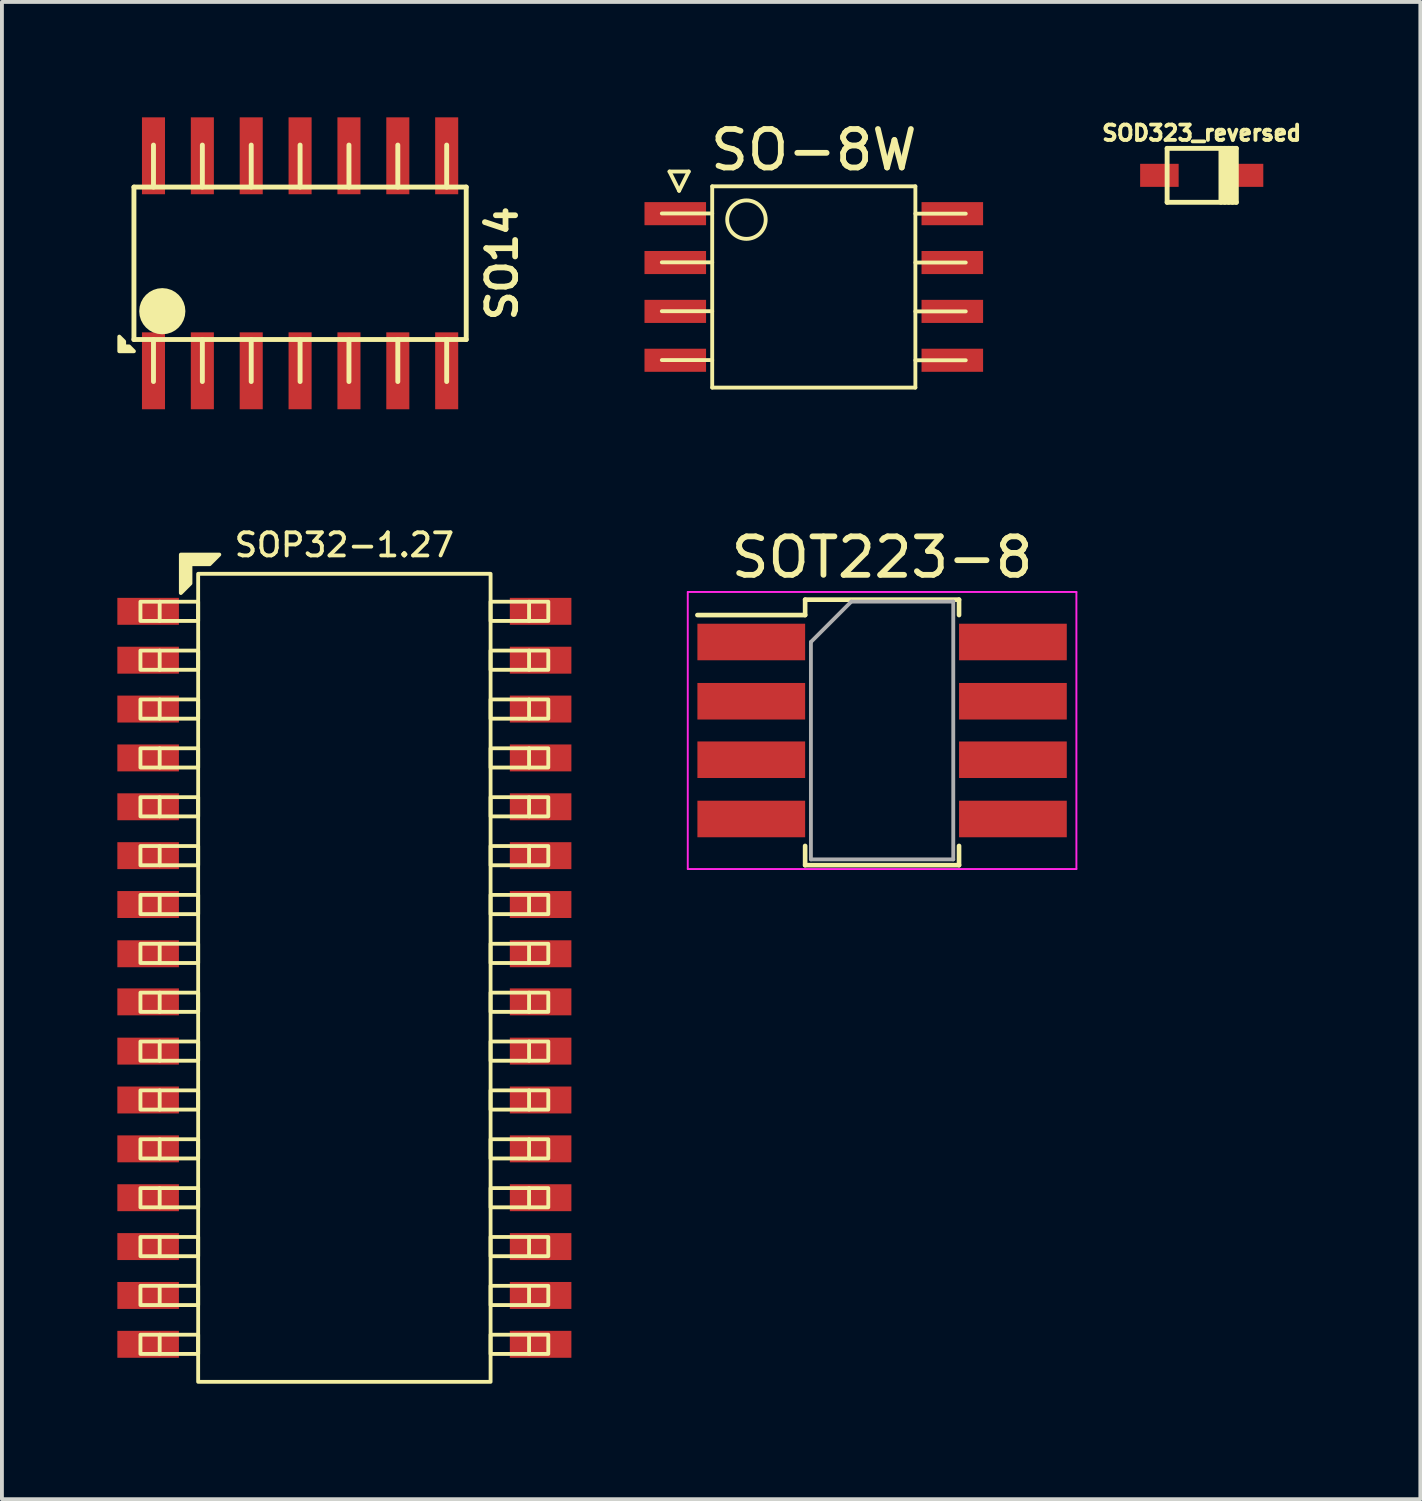
<source format=kicad_pcb>
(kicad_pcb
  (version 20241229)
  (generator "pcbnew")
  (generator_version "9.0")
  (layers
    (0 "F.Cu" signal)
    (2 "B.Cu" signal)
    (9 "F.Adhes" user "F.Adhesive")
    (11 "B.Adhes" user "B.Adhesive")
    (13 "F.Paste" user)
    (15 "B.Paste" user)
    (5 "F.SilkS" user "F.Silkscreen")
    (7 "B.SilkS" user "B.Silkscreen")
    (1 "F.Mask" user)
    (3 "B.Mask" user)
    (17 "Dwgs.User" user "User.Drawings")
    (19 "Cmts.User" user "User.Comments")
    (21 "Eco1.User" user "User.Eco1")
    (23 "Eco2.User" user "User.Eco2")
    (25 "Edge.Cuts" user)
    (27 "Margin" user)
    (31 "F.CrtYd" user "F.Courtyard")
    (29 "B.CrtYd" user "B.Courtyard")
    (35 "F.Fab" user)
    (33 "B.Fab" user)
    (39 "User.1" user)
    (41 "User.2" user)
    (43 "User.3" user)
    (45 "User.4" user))
  (footprint "SOP32-1.27"
    (layer "F.Cu")
    (at 5.9 22.363)
    (property "Reference" "SOP32-1.27" (at 0 -11.25 0) (layer "F.SilkS") (effects (font (size 0.6 0.6) (thickness 0.1) (bold yes))))
    (attr smd)
    (fp_line (start -4.8 -9.775) (end -4.8 -9.275) (stroke (width 0.1) (type default)) (layer "F.SilkS"))
    (fp_line (start -4.8 -8.505) (end -4.8 -8.005) (stroke (width 0.1) (type default)) (layer "F.SilkS"))
    (fp_line (start -4.8 -7.235) (end -4.8 -6.735) (stroke (width 0.1) (type default)) (layer "F.SilkS"))
    (fp_line (start -4.8 -5.965) (end -4.8 -5.465) (stroke (width 0.1) (type default)) (layer "F.SilkS"))
    (fp_line (start -4.8 -4.695) (end -4.8 -4.195) (stroke (width 0.1) (type default)) (layer "F.SilkS"))
    (fp_line (start -4.8 -3.425) (end -4.8 -2.925) (stroke (width 0.1) (type default)) (layer "F.SilkS"))
    (fp_line (start -4.8 -2.155) (end -4.8 -1.655) (stroke (width 0.1) (type default)) (layer "F.SilkS"))
    (fp_line (start -4.8 -0.885) (end -4.8 -0.385) (stroke (width 0.1) (type default)) (layer "F.SilkS"))
    (fp_line (start -4.8 0.385) (end -4.8 0.885) (stroke (width 0.1) (type default)) (layer "F.SilkS"))
    (fp_line (start -4.8 1.655) (end -4.8 2.155) (stroke (width 0.1) (type default)) (layer "F.SilkS"))
    (fp_line (start -4.8 2.925) (end -4.8 3.425) (stroke (width 0.1) (type default)) (layer "F.SilkS"))
    (fp_line (start -4.8 4.195) (end -4.8 4.695) (stroke (width 0.1) (type default)) (layer "F.SilkS"))
    (fp_line (start -4.8 5.465) (end -4.8 5.965) (stroke (width 0.1) (type default)) (layer "F.SilkS"))
    (fp_line (start -4.8 6.735) (end -4.8 7.235) (stroke (width 0.1) (type default)) (layer "F.SilkS"))
    (fp_line (start -4.8 8.005) (end -4.8 8.505) (stroke (width 0.1) (type default)) (layer "F.SilkS"))
    (fp_line (start -4.8 9.275) (end -4.8 9.775) (stroke (width 0.1) (type default)) (layer "F.SilkS"))
    (fp_line (start 4.8 -9.775) (end 4.8 -9.275) (stroke (width 0.1) (type default)) (layer "F.SilkS"))
    (fp_line (start 4.8 -8.505) (end 4.8 -8.005) (stroke (width 0.1) (type default)) (layer "F.SilkS"))
    (fp_line (start 4.8 -7.235) (end 4.8 -6.735) (stroke (width 0.1) (type default)) (layer "F.SilkS"))
    (fp_line (start 4.8 -5.965) (end 4.8 -5.465) (stroke (width 0.1) (type default)) (layer "F.SilkS"))
    (fp_line (start 4.8 -4.695) (end 4.8 -4.195) (stroke (width 0.1) (type default)) (layer "F.SilkS"))
    (fp_line (start 4.8 -3.425) (end 4.8 -2.925) (stroke (width 0.1) (type default)) (layer "F.SilkS"))
    (fp_line (start 4.8 -2.155) (end 4.8 -1.655) (stroke (width 0.1) (type default)) (layer "F.SilkS"))
    (fp_line (start 4.8 -0.885) (end 4.8 -0.385) (stroke (width 0.1) (type default)) (layer "F.SilkS"))
    (fp_line (start 4.8 0.385) (end 4.8 0.885) (stroke (width 0.1) (type default)) (layer "F.SilkS"))
    (fp_line (start 4.8 1.655) (end 4.8 2.155) (stroke (width 0.1) (type default)) (layer "F.SilkS"))
    (fp_line (start 4.8 2.925) (end 4.8 3.425) (stroke (width 0.1) (type default)) (layer "F.SilkS"))
    (fp_line (start 4.8 4.195) (end 4.8 4.695) (stroke (width 0.1) (type default)) (layer "F.SilkS"))
    (fp_line (start 4.8 5.465) (end 4.8 5.965) (stroke (width 0.1) (type default)) (layer "F.SilkS"))
    (fp_line (start 4.8 6.735) (end 4.8 7.235) (stroke (width 0.1) (type default)) (layer "F.SilkS"))
    (fp_line (start 4.8 8.005) (end 4.8 8.505) (stroke (width 0.1) (type default)) (layer "F.SilkS"))
    (fp_line (start 4.8 9.275) (end 4.8 9.775) (stroke (width 0.1) (type default)) (layer "F.SilkS"))
    (fp_rect (start -3.8 -10.5) (end 3.8 10.5) (stroke (width 0.1) (type default)) (fill no) (layer "F.SilkS"))
    (fp_rect (start -3.8 -9.275) (end -5.3 -9.775) (stroke (width 0.1) (type default)) (fill no) (layer "F.SilkS"))
    (fp_rect (start -3.8 -8.005) (end -5.3 -8.505) (stroke (width 0.1) (type default)) (fill no) (layer "F.SilkS"))
    (fp_rect (start -3.8 -6.735) (end -5.3 -7.235) (stroke (width 0.1) (type default)) (fill no) (layer "F.SilkS"))
    (fp_rect (start -3.8 -5.465) (end -5.3 -5.965) (stroke (width 0.1) (type default)) (fill no) (layer "F.SilkS"))
    (fp_rect (start -3.8 -4.195) (end -5.3 -4.695) (stroke (width 0.1) (type default)) (fill no) (layer "F.SilkS"))
    (fp_rect (start -3.8 -2.925) (end -5.3 -3.425) (stroke (width 0.1) (type default)) (fill no) (layer "F.SilkS"))
    (fp_rect (start -3.8 -1.655) (end -5.3 -2.155) (stroke (width 0.1) (type default)) (fill no) (layer "F.SilkS"))
    (fp_rect (start -3.8 -0.385) (end -5.3 -0.885) (stroke (width 0.1) (type default)) (fill no) (layer "F.SilkS"))
    (fp_rect (start -3.8 0.885) (end -5.3 0.385) (stroke (width 0.1) (type default)) (fill no) (layer "F.SilkS"))
    (fp_rect (start -3.8 2.155) (end -5.3 1.655) (stroke (width 0.1) (type default)) (fill no) (layer "F.SilkS"))
    (fp_rect (start -3.8 3.425) (end -5.3 2.925) (stroke (width 0.1) (type default)) (fill no) (layer "F.SilkS"))
    (fp_rect (start -3.8 4.695) (end -5.3 4.195) (stroke (width 0.1) (type default)) (fill no) (layer "F.SilkS"))
    (fp_rect (start -3.8 5.965) (end -5.3 5.465) (stroke (width 0.1) (type default)) (fill no) (layer "F.SilkS"))
    (fp_rect (start -3.8 7.235) (end -5.3 6.735) (stroke (width 0.1) (type default)) (fill no) (layer "F.SilkS"))
    (fp_rect (start -3.8 8.505) (end -5.3 8.005) (stroke (width 0.1) (type default)) (fill no) (layer "F.SilkS"))
    (fp_rect (start -3.8 9.775) (end -5.3 9.275) (stroke (width 0.1) (type default)) (fill no) (layer "F.SilkS"))
    (fp_rect (start 3.8 -9.775) (end 5.3 -9.275) (stroke (width 0.1) (type default)) (fill no) (layer "F.SilkS"))
    (fp_rect (start 3.8 -8.505) (end 5.3 -8.005) (stroke (width 0.1) (type default)) (fill no) (layer "F.SilkS"))
    (fp_rect (start 3.8 -7.235) (end 5.3 -6.735) (stroke (width 0.1) (type default)) (fill no) (layer "F.SilkS"))
    (fp_rect (start 3.8 -5.965) (end 5.3 -5.465) (stroke (width 0.1) (type default)) (fill no) (layer "F.SilkS"))
    (fp_rect (start 3.8 -4.695) (end 5.3 -4.195) (stroke (width 0.1) (type default)) (fill no) (layer "F.SilkS"))
    (fp_rect (start 3.8 -3.425) (end 5.3 -2.925) (stroke (width 0.1) (type default)) (fill no) (layer "F.SilkS"))
    (fp_rect (start 3.8 -2.155) (end 5.3 -1.655) (stroke (width 0.1) (type default)) (fill no) (layer "F.SilkS"))
    (fp_rect (start 3.8 -0.885) (end 5.3 -0.385) (stroke (width 0.1) (type default)) (fill no) (layer "F.SilkS"))
    (fp_rect (start 3.8 0.385) (end 5.3 0.885) (stroke (width 0.1) (type default)) (fill no) (layer "F.SilkS"))
    (fp_rect (start 3.8 1.655) (end 5.3 2.155) (stroke (width 0.1) (type default)) (fill no) (layer "F.SilkS"))
    (fp_rect (start 3.8 2.925) (end 5.3 3.425) (stroke (width 0.1) (type default)) (fill no) (layer "F.SilkS"))
    (fp_rect (start 3.8 4.195) (end 5.3 4.695) (stroke (width 0.1) (type default)) (fill no) (layer "F.SilkS"))
    (fp_rect (start 3.8 5.465) (end 5.3 5.965) (stroke (width 0.1) (type default)) (fill no) (layer "F.SilkS"))
    (fp_rect (start 3.8 6.735) (end 5.3 7.235) (stroke (width 0.1) (type default)) (fill no) (layer "F.SilkS"))
    (fp_rect (start 3.8 8.005) (end 5.3 8.505) (stroke (width 0.1) (type default)) (fill no) (layer "F.SilkS"))
    (fp_rect (start 3.8 9.275) (end 5.3 9.775) (stroke (width 0.1) (type default)) (fill no) (layer "F.SilkS"))
    (fp_poly (pts (xy -4 -10.75) (xy -3.5 -10.75) (xy -3.25 -11) (xy -4.25 -11) (xy -4.25 -10) (xy -4 -10.25)) (stroke (width 0.1) (type solid)) (fill yes) (layer "F.SilkS"))
    (pad "1" smd rect (at -5.1 -9.525) (size 1.6 0.7) (layers "F.Cu" "F.Mask" "F.Paste"))
    (pad "2" smd rect (at -5.1 -8.255) (size 1.6 0.7) (layers "F.Cu" "F.Mask" "F.Paste"))
    (pad "3" smd rect (at -5.1 -6.985) (size 1.6 0.7) (layers "F.Cu" "F.Mask" "F.Paste"))
    (pad "4" smd rect (at -5.1 -5.715) (size 1.6 0.7) (layers "F.Cu" "F.Mask" "F.Paste"))
    (pad "5" smd rect (at -5.1 -4.445) (size 1.6 0.7) (layers "F.Cu" "F.Mask" "F.Paste"))
    (pad "6" smd rect (at -5.1 -3.175) (size 1.6 0.7) (layers "F.Cu" "F.Mask" "F.Paste"))
    (pad "7" smd rect (at -5.1 -1.905) (size 1.6 0.7) (layers "F.Cu" "F.Mask" "F.Paste"))
    (pad "8" smd rect (at -5.1 -0.625) (size 1.6 0.7) (layers "F.Cu" "F.Mask" "F.Paste"))
    (pad "9" smd rect (at -5.1 0.625) (size 1.6 0.7) (layers "F.Cu" "F.Mask" "F.Paste"))
    (pad "10" smd rect (at -5.1 1.905) (size 1.6 0.7) (layers "F.Cu" "F.Mask" "F.Paste"))
    (pad "11" smd rect (at -5.1 3.175) (size 1.6 0.7) (layers "F.Cu" "F.Mask" "F.Paste"))
    (pad "12" smd rect (at -5.1 4.445) (size 1.6 0.7) (layers "F.Cu" "F.Mask" "F.Paste"))
    (pad "13" smd rect (at -5.1 5.715) (size 1.6 0.7) (layers "F.Cu" "F.Mask" "F.Paste"))
    (pad "14" smd rect (at -5.1 6.985) (size 1.6 0.7) (layers "F.Cu" "F.Mask" "F.Paste"))
    (pad "15" smd rect (at -5.1 8.255) (size 1.6 0.7) (layers "F.Cu" "F.Mask" "F.Paste"))
    (pad "16" smd rect (at -5.1 9.525) (size 1.6 0.7) (layers "F.Cu" "F.Mask" "F.Paste"))
    (pad "17" smd rect (at 5.1 9.525) (size 1.6 0.7) (layers "F.Cu" "F.Mask" "F.Paste"))
    (pad "18" smd rect (at 5.1 8.255) (size 1.6 0.7) (layers "F.Cu" "F.Mask" "F.Paste"))
    (pad "19" smd rect (at 5.1 6.985) (size 1.6 0.7) (layers "F.Cu" "F.Mask" "F.Paste"))
    (pad "20" smd rect (at 5.1 5.715) (size 1.6 0.7) (layers "F.Cu" "F.Mask" "F.Paste"))
    (pad "21" smd rect (at 5.1 4.445) (size 1.6 0.7) (layers "F.Cu" "F.Mask" "F.Paste"))
    (pad "22" smd rect (at 5.1 3.175) (size 1.6 0.7) (layers "F.Cu" "F.Mask" "F.Paste"))
    (pad "23" smd rect (at 5.1 1.905) (size 1.6 0.7) (layers "F.Cu" "F.Mask" "F.Paste"))
    (pad "24" smd rect (at 5.1 0.625) (size 1.6 0.7) (layers "F.Cu" "F.Mask" "F.Paste"))
    (pad "25" smd rect (at 5.1 -0.625) (size 1.6 0.7) (layers "F.Cu" "F.Mask" "F.Paste"))
    (pad "26" smd rect (at 5.1 -1.905) (size 1.6 0.7) (layers "F.Cu" "F.Mask" "F.Paste"))
    (pad "27" smd rect (at 5.1 -3.175) (size 1.6 0.7) (layers "F.Cu" "F.Mask" "F.Paste"))
    (pad "28" smd rect (at 5.1 -4.445) (size 1.6 0.7) (layers "F.Cu" "F.Mask" "F.Paste"))
    (pad "29" smd rect (at 5.1 -5.715) (size 1.6 0.7) (layers "F.Cu" "F.Mask" "F.Paste"))
    (pad "30" smd rect (at 5.1 -6.985) (size 1.6 0.7) (layers "F.Cu" "F.Mask" "F.Paste"))
    (pad "31" smd rect (at 5.1 -8.255) (size 1.6 0.7) (layers "F.Cu" "F.Mask" "F.Paste"))
    (pad "32" smd rect (at 5.1 -9.525) (size 1.6 0.7) (layers "F.Cu" "F.Mask" "F.Paste")))
  (footprint "SO14"
    (layer "F.Cu")
    (at 4.749 3.793)
    (property "Reference" "SO14" (at 5.25 0 90) (layer "F.SilkS") (effects (font (size 0.749 0.749) (thickness 0.15))))
    (attr smd)
    (fp_line (start -4.318 -1.981) (end -4.318 1.981) (stroke (width 0.127) (type solid)) (layer "F.SilkS"))
    (fp_line (start -4.318 1.981) (end 4.318 1.981) (stroke (width 0.127) (type solid)) (layer "F.SilkS"))
    (fp_line (start -3.81 -1.981) (end -3.81 -3.073) (stroke (width 0.127) (type solid)) (layer "F.SilkS"))
    (fp_line (start -3.81 1.981) (end -3.81 3.073) (stroke (width 0.127) (type solid)) (layer "F.SilkS"))
    (fp_line (start -2.54 -1.981) (end -2.54 -3.073) (stroke (width 0.127) (type solid)) (layer "F.SilkS"))
    (fp_line (start -2.54 3.073) (end -2.54 1.981) (stroke (width 0.127) (type solid)) (layer "F.SilkS"))
    (fp_line (start -1.27 -1.981) (end -1.27 -3.073) (stroke (width 0.127) (type solid)) (layer "F.SilkS"))
    (fp_line (start -1.27 3.073) (end -1.27 1.981) (stroke (width 0.127) (type solid)) (layer "F.SilkS"))
    (fp_line (start 0 -1.981) (end 0 -3.073) (stroke (width 0.127) (type solid)) (layer "F.SilkS"))
    (fp_line (start 0 3.073) (end 0 1.981) (stroke (width 0.127) (type solid)) (layer "F.SilkS"))
    (fp_line (start 1.27 -3.073) (end 1.27 -1.981) (stroke (width 0.127) (type solid)) (layer "F.SilkS"))
    (fp_line (start 1.27 3.073) (end 1.27 1.981) (stroke (width 0.127) (type solid)) (layer "F.SilkS"))
    (fp_line (start 2.54 -3.073) (end 2.54 -1.981) (stroke (width 0.127) (type solid)) (layer "F.SilkS"))
    (fp_line (start 2.54 1.981) (end 2.54 3.073) (stroke (width 0.127) (type solid)) (layer "F.SilkS"))
    (fp_line (start 3.81 -3.073) (end 3.81 -1.981) (stroke (width 0.127) (type solid)) (layer "F.SilkS"))
    (fp_line (start 3.81 1.981) (end 3.81 3.073) (stroke (width 0.127) (type solid)) (layer "F.SilkS"))
    (fp_line (start 4.318 -1.981) (end -4.318 -1.981) (stroke (width 0.127) (type solid)) (layer "F.SilkS"))
    (fp_line (start 4.318 1.981) (end 4.318 -1.981) (stroke (width 0.127) (type solid)) (layer "F.SilkS"))
    (fp_circle (center -3.581 1.245) (end -3.281 1.245) (stroke (width 0.6) (type solid)) (fill no) (layer "F.SilkS"))
    (fp_poly (pts (xy -4.572 2.032) (xy -4.572 2.159) (xy -4.445 2.159) (xy -4.318 2.286) (xy -4.699 2.286) (xy -4.699 1.905)) (stroke (width 0.1) (type solid)) (fill yes) (layer "F.SilkS"))
    (pad "1" smd rect (at -3.81 2.794) (size 0.599 1.999) (layers "F.Cu" "F.Mask" "F.Paste"))
    (pad "2" smd rect (at -2.54 2.794) (size 0.599 1.999) (layers "F.Cu" "F.Mask" "F.Paste"))
    (pad "3" smd rect (at -1.27 2.794) (size 0.599 1.999) (layers "F.Cu" "F.Mask" "F.Paste"))
    (pad "4" smd rect (at 0 2.794) (size 0.599 1.999) (layers "F.Cu" "F.Mask" "F.Paste"))
    (pad "5" smd rect (at 1.27 2.794) (size 0.599 1.999) (layers "F.Cu" "F.Mask" "F.Paste"))
    (pad "6" smd rect (at 2.54 2.794) (size 0.599 1.999) (layers "F.Cu" "F.Mask" "F.Paste"))
    (pad "7" smd rect (at 3.81 2.794) (size 0.599 1.999) (layers "F.Cu" "F.Mask" "F.Paste"))
    (pad "8" smd rect (at 3.81 -2.794) (size 0.599 1.999) (layers "F.Cu" "F.Mask" "F.Paste"))
    (pad "9" smd rect (at 2.54 -2.794) (size 0.599 1.999) (layers "F.Cu" "F.Mask" "F.Paste"))
    (pad "10" smd rect (at 1.27 -2.794) (size 0.599 1.999) (layers "F.Cu" "F.Mask" "F.Paste"))
    (pad "11" smd rect (at 0 -2.794) (size 0.599 1.999) (layers "F.Cu" "F.Mask" "F.Paste"))
    (pad "12" smd rect (at -1.27 -2.794) (size 0.599 1.999) (layers "F.Cu" "F.Mask" "F.Paste"))
    (pad "13" smd rect (at -2.54 -2.794) (size 0.599 1.999) (layers "F.Cu" "F.Mask" "F.Paste"))
    (pad "14" smd rect (at -3.81 -2.794) (size 0.599 1.999) (layers "F.Cu" "F.Mask" "F.Paste")))
  (footprint "SO-8W"
    (layer "F.Cu")
    (at 18.1 4.408)
    (property "Reference" "SO-8W" (at 0 -3.56 0) (layer "F.SilkS") (effects (font (size 1 1) (thickness 0.15))))
    (attr smd)
    (fp_line (start -3.75 -3) (end -3.25 -3) (stroke (width 0.1) (type default)) (layer "F.SilkS"))
    (fp_line (start -3.5 -2.5) (end -3.75 -3) (stroke (width 0.1) (type default)) (layer "F.SilkS"))
    (fp_line (start -3.25 -3) (end -3.5 -2.5) (stroke (width 0.1) (type default)) (layer "F.SilkS"))
    (fp_line (start -2.64 -2.615) (end 2.64 -2.615) (stroke (width 0.1) (type solid)) (layer "F.SilkS"))
    (fp_line (start -2.64 -1.91) (end -3.95 -1.91) (stroke (width 0.1) (type default)) (layer "F.SilkS"))
    (fp_line (start -2.64 -0.64) (end -3.95 -0.64) (stroke (width 0.1) (type default)) (layer "F.SilkS"))
    (fp_line (start -2.64 0.63) (end -3.95 0.63) (stroke (width 0.1) (type default)) (layer "F.SilkS"))
    (fp_line (start -2.64 1.9) (end -3.95 1.9) (stroke (width 0.1) (type default)) (layer "F.SilkS"))
    (fp_line (start -2.64 2.615) (end -2.64 -2.615) (stroke (width 0.1) (type solid)) (layer "F.SilkS"))
    (fp_line (start 2.64 -2.615) (end 2.64 2.615) (stroke (width 0.1) (type solid)) (layer "F.SilkS"))
    (fp_line (start 2.64 -1.905) (end 3.95 -1.905) (stroke (width 0.1) (type default)) (layer "F.SilkS"))
    (fp_line (start 2.64 -0.635) (end 3.95 -0.635) (stroke (width 0.1) (type default)) (layer "F.SilkS"))
    (fp_line (start 2.64 0.635) (end 3.95 0.635) (stroke (width 0.1) (type default)) (layer "F.SilkS"))
    (fp_line (start 2.64 1.905) (end 3.95 1.905) (stroke (width 0.1) (type default)) (layer "F.SilkS"))
    (fp_line (start 2.64 2.615) (end -2.64 2.615) (stroke (width 0.1) (type solid)) (layer "F.SilkS"))
    (fp_circle (center -1.75 -1.75) (end -1.75 -2.25) (stroke (width 0.1) (type default)) (fill no) (layer "F.SilkS"))
    (pad "1" smd rect (at -3.6 -1.905) (size 1.6 0.6) (layers "F.Cu" "F.Mask" "F.Paste"))
    (pad "2" smd rect (at -3.6 -0.635) (size 1.6 0.6) (layers "F.Cu" "F.Mask" "F.Paste"))
    (pad "3" smd rect (at -3.6 0.635) (size 1.6 0.6) (layers "F.Cu" "F.Mask" "F.Paste"))
    (pad "4" smd rect (at -3.6 1.905) (size 1.6 0.6) (layers "F.Cu" "F.Mask" "F.Paste"))
    (pad "5" smd rect (at 3.6 1.905) (size 1.6 0.6) (layers "F.Cu" "F.Mask" "F.Paste"))
    (pad "6" smd rect (at 3.6 0.635) (size 1.6 0.6) (layers "F.Cu" "F.Mask" "F.Paste"))
    (pad "7" smd rect (at 3.6 -0.635) (size 1.6 0.6) (layers "F.Cu" "F.Mask" "F.Paste"))
    (pad "8" smd rect (at 3.6 -1.905) (size 1.6 0.6) (layers "F.Cu" "F.Mask" "F.Paste")))
  (footprint "SOD323_reversed"
    (layer "F.Cu")
    (at 28.182 1.507)
    (property "Reference" "SOD323_reversed" (at 0 -1.1 0) (layer "F.SilkS") (effects (font (size 0.399 0.399) (thickness 0.099))))
    (attr smd)
    (fp_line (start -0.899 -0.701) (end -0.899 0.701) (stroke (width 0.127) (type solid)) (layer "F.SilkS"))
    (fp_line (start -0.899 0.701) (end 0.899 0.701) (stroke (width 0.127) (type solid)) (layer "F.SilkS"))
    (fp_line (start 0.5 -0.701) (end 0.5 0.701) (stroke (width 0.127) (type solid)) (layer "F.SilkS"))
    (fp_line (start 0.599 -0.701) (end 0.599 0.701) (stroke (width 0.127) (type solid)) (layer "F.SilkS"))
    (fp_line (start 0.701 0.701) (end 0.701 -0.701) (stroke (width 0.127) (type solid)) (layer "F.SilkS"))
    (fp_line (start 0.8 -0.701) (end 0.8 0.701) (stroke (width 0.127) (type solid)) (layer "F.SilkS"))
    (fp_line (start 0.899 -0.701) (end -0.899 -0.701) (stroke (width 0.127) (type solid)) (layer "F.SilkS"))
    (fp_line (start 0.899 0.701) (end 0.899 -0.701) (stroke (width 0.127) (type solid)) (layer "F.SilkS"))
    (pad "1" smd rect (at -1.1 0) (size 1.001 0.599) (layers "F.Cu" "F.Mask" "F.Paste"))
    (pad "2" smd rect (at 1.1 0) (size 1.001 0.599) (layers "F.Cu" "F.Mask" "F.Paste")))
  (footprint "SOT223-8"
    (layer "F.Cu")
    (at 19.875 15.935)
    (property "Reference" "SOT223-8" (at 0 -4.5 0) (layer "F.SilkS") (effects (font (size 1 1) (thickness 0.15))))
    (attr smd)
    (fp_line (start -4.8 -3) (end -2 -3) (stroke (width 0.12) (type solid)) (layer "F.SilkS"))
    (fp_line (start -2 -3.4) (end 2 -3.4) (stroke (width 0.12) (type solid)) (layer "F.SilkS"))
    (fp_line (start -2 -3) (end -2 -3.4) (stroke (width 0.12) (type solid)) (layer "F.SilkS"))
    (fp_line (start -2 3.5) (end -2 3) (stroke (width 0.12) (type solid)) (layer "F.SilkS"))
    (fp_line (start 2 -3.4) (end 2 -3) (stroke (width 0.12) (type solid)) (layer "F.SilkS"))
    (fp_line (start 2 3) (end 2 3.5) (stroke (width 0.12) (type solid)) (layer "F.SilkS"))
    (fp_line (start 2 3.5) (end -2 3.5) (stroke (width 0.12) (type solid)) (layer "F.SilkS"))
    (fp_line (start -5.05 -3.6) (end -5.05 3.6) (stroke (width 0.05) (type solid)) (layer "F.CrtYd"))
    (fp_line (start -5.05 -3.6) (end 5.05 -3.6) (stroke (width 0.05) (type solid)) (layer "F.CrtYd"))
    (fp_line (start 5.05 3.6) (end -5.05 3.6) (stroke (width 0.05) (type solid)) (layer "F.CrtYd"))
    (fp_line (start 5.05 3.6) (end 5.05 -3.6) (stroke (width 0.05) (type solid)) (layer "F.CrtYd"))
    (fp_line (start -1.85 -2.3) (end -1.85 3.35) (stroke (width 0.1) (type solid)) (layer "F.Fab"))
    (fp_line (start -1.85 -2.3) (end -0.8 -3.35) (stroke (width 0.1) (type solid)) (layer "F.Fab"))
    (fp_line (start -1.85 3.35) (end 1.85 3.35) (stroke (width 0.1) (type solid)) (layer "F.Fab"))
    (fp_line (start -0.8 -3.35) (end 1.85 -3.35) (stroke (width 0.1) (type solid)) (layer "F.Fab"))
    (fp_line (start 1.85 -3.35) (end 1.85 3.35) (stroke (width 0.1) (type solid)) (layer "F.Fab"))
    (pad "1" smd rect (at -3.4 -2.3) (size 2.8 0.95) (layers "F.Cu" "F.Mask" "F.Paste"))
    (pad "2" smd rect (at -3.4 -0.76) (size 2.8 0.95) (layers "F.Cu" "F.Mask" "F.Paste"))
    (pad "3" smd rect (at -3.4 0.76) (size 2.8 0.95) (layers "F.Cu" "F.Mask" "F.Paste"))
    (pad "4" smd rect (at -3.4 2.3) (size 2.8 0.95) (layers "F.Cu" "F.Mask" "F.Paste"))
    (pad "5" smd rect (at 3.4 2.3) (size 2.8 0.95) (layers "F.Cu" "F.Mask" "F.Paste"))
    (pad "6" smd rect (at 3.4 0.76) (size 2.8 0.95) (layers "F.Cu" "F.Mask" "F.Paste"))
    (pad "7" smd rect (at 3.4 -0.76) (size 2.8 0.95) (layers "F.Cu" "F.Mask" "F.Paste"))
    (pad "8" smd rect (at 3.4 -2.3) (size 2.8 0.95) (layers "F.Cu" "F.Mask" "F.Paste")))
  (gr_rect
    (start -3 -3)
    (end 33.864 35.913)
    (stroke (width 0.1) (type default))
    (fill no)
    (layer "Edge.Cuts")))
</source>
